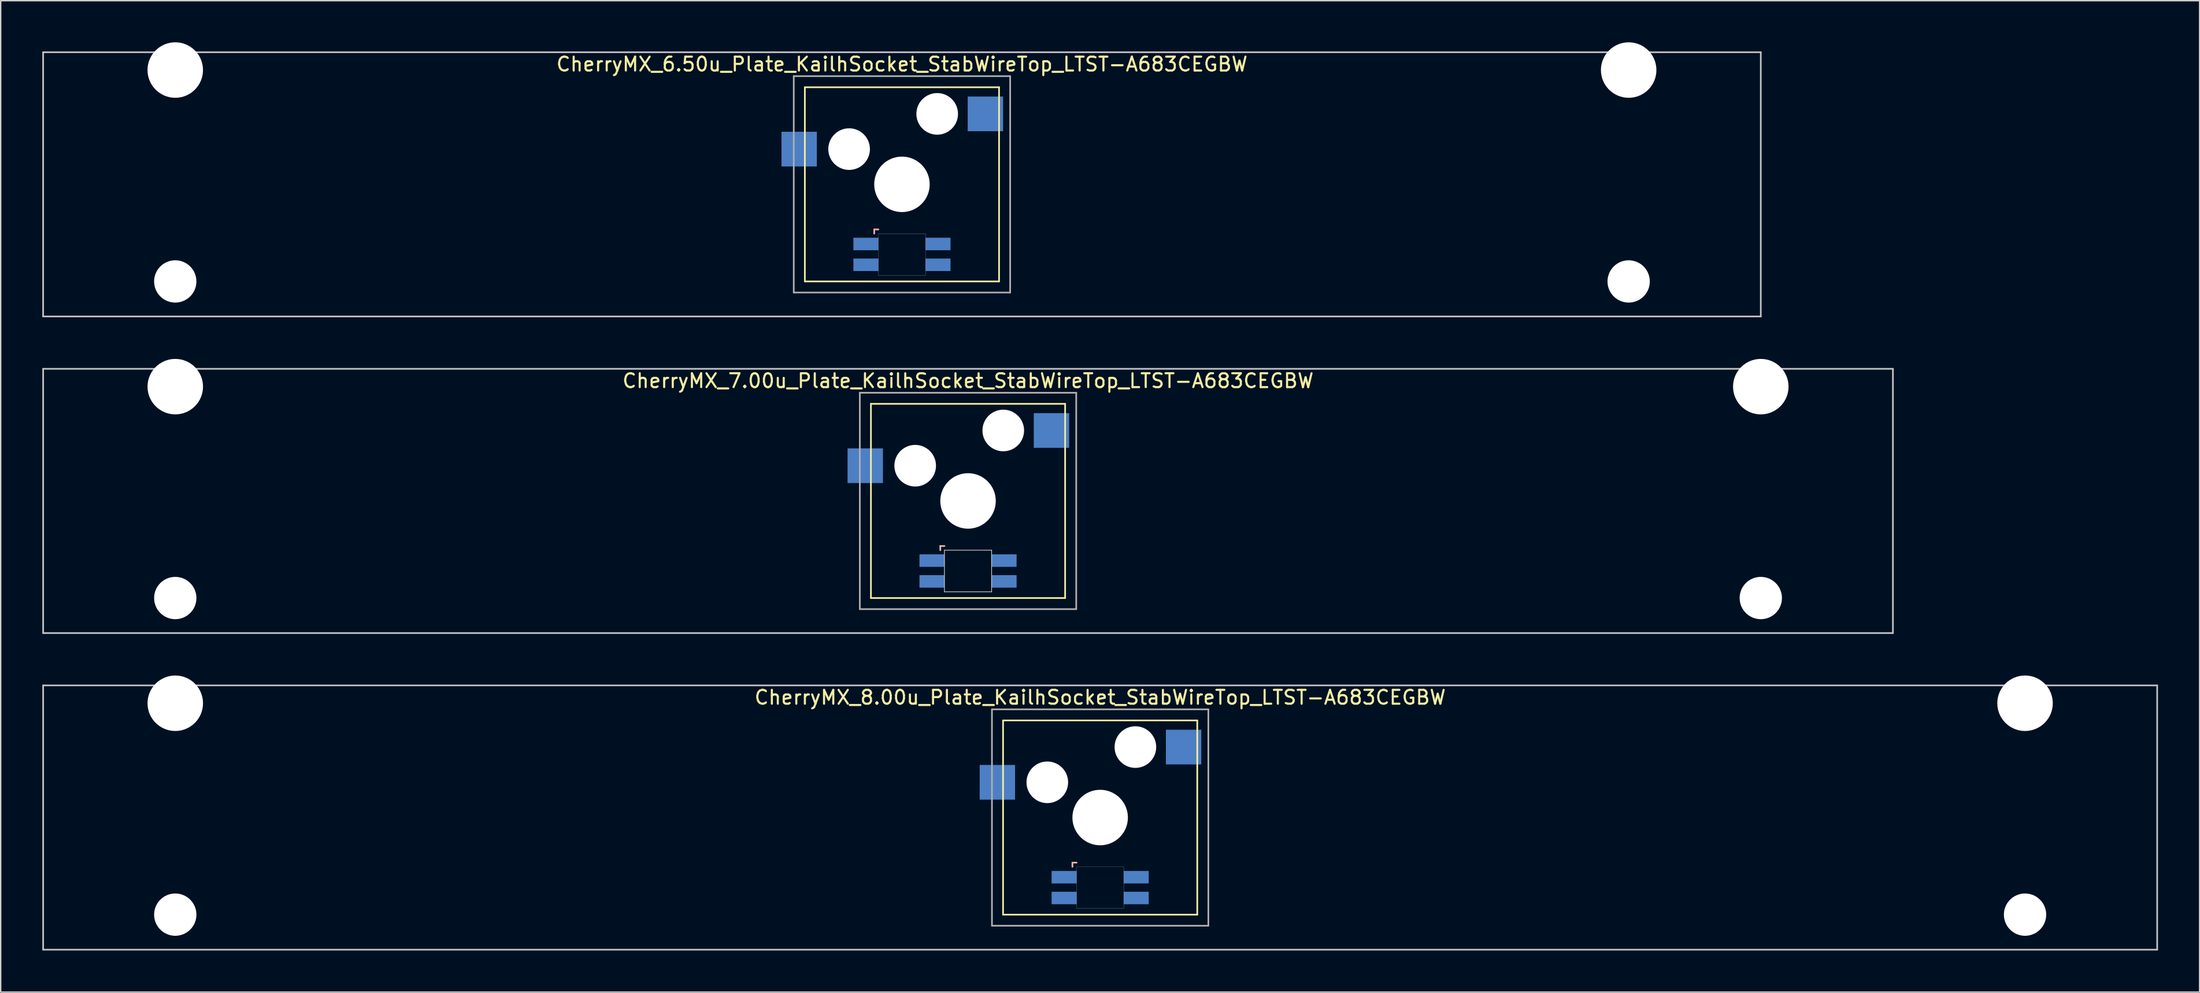
<source format=kicad_pcb>
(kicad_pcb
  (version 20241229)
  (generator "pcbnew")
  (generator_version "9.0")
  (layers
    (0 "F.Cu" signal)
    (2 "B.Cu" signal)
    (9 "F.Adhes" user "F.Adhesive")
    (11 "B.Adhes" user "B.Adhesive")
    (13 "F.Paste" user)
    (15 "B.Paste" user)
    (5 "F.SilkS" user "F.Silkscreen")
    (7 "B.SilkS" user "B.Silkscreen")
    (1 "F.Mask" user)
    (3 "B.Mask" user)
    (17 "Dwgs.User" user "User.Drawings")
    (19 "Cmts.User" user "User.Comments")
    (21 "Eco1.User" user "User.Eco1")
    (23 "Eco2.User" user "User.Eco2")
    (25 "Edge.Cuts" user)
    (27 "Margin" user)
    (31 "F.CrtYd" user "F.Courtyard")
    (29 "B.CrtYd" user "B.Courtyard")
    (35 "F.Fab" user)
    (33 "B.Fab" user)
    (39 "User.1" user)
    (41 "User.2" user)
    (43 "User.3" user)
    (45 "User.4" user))
  (footprint "CherryMX_7.00u_Plate_KailhSocket_StabWireTop_LTST-A683CEGBW"
    (layer "F.Cu")
    (at 66.735 33.065)
    (property "Reference" "CherryMX_7.00u_Plate_KailhSocket_StabWireTop_LTST-A683CEGBW" (at 0 -8.662 0) (layer "F.SilkS") (effects (font (size 1 1) (thickness 0.15))))
    (attr through_hole)
    (fp_line (start -7 -7) (end -7 7) (stroke (width 0.12) (type solid)) (layer "F.SilkS"))
    (fp_line (start -7 -7) (end 7 -7) (stroke (width 0.12) (type solid)) (layer "F.SilkS"))
    (fp_line (start 7 -7) (end 7 7) (stroke (width 0.12) (type solid)) (layer "F.SilkS"))
    (fp_line (start 7 7) (end -7 7) (stroke (width 0.12) (type solid)) (layer "F.SilkS"))
    (fp_line (start -2 3.25) (end -2 3.55) (stroke (width 0.12) (type solid)) (layer "B.SilkS"))
    (fp_line (start -1.7 3.25) (end -2 3.25) (stroke (width 0.12) (type solid)) (layer "B.SilkS"))
    (fp_line (start -66.675 -9.525) (end 66.675 -9.525) (stroke (width 0.12) (type solid)) (layer "Dwgs.User"))
    (fp_line (start -66.675 9.525) (end -66.675 -9.525) (stroke (width 0.12) (type solid)) (layer "Dwgs.User"))
    (fp_line (start 66.675 -9.525) (end 66.675 9.525) (stroke (width 0.12) (type solid)) (layer "Dwgs.User"))
    (fp_line (start 66.675 9.525) (end -66.675 9.525) (stroke (width 0.12) (type solid)) (layer "Dwgs.User"))
    (fp_line (start -1.7 3.55) (end 1.7 3.55) (stroke (width 0.05) (type solid)) (layer "Edge.Cuts"))
    (fp_line (start -1.7 6.55) (end -1.7 3.55) (stroke (width 0.05) (type solid)) (layer "Edge.Cuts"))
    (fp_line (start 1.7 3.55) (end 1.7 6.55) (stroke (width 0.05) (type solid)) (layer "Edge.Cuts"))
    (fp_line (start 1.7 6.55) (end -1.7 6.55) (stroke (width 0.05) (type solid)) (layer "Edge.Cuts"))
    (fp_line (start -7.8 -7.8) (end -7.8 7.8) (stroke (width 0.12) (type solid)) (layer "F.Fab"))
    (fp_line (start -7.8 -7.8) (end 7.8 -7.8) (stroke (width 0.12) (type solid)) (layer "F.Fab"))
    (fp_line (start -7.8 7.8) (end 7.8 7.8) (stroke (width 0.12) (type solid)) (layer "F.Fab"))
    (fp_line (start 7.8 -7.8) (end 7.8 7.8) (stroke (width 0.12) (type solid)) (layer "F.Fab"))
    (pad "" np_thru_hole circle (at -57.15 -8.24) (size 4 4) (drill 4) (layers "*.Cu" "*.Mask"))
    (pad "" np_thru_hole circle (at -57.15 7) (size 3.05 3.05) (drill 3.05) (layers "*.Cu" "*.Mask"))
    (pad "" np_thru_hole circle (at -3.81 -2.54) (size 3 3) (drill 3) (layers "*.Cu" "*.Mask"))
    (pad "" np_thru_hole circle (at 0 0) (size 4 4) (drill 4) (layers "*.Cu" "*.Mask"))
    (pad "" np_thru_hole circle (at 2.54 -5.08) (size 3 3) (drill 3) (layers "*.Cu" "*.Mask"))
    (pad "" np_thru_hole circle (at 57.15 -8.24) (size 4 4) (drill 4) (layers "*.Cu" "*.Mask"))
    (pad "" np_thru_hole circle (at 57.15 7) (size 3.05 3.05) (drill 3.05) (layers "*.Cu" "*.Mask"))
    (pad "1" smd rect (at -7.41 -2.54) (size 2.55 2.5) (layers "B.Cu" "B.Mask" "B.Paste"))
    (pad "2" smd rect (at 6.015 -5.08) (size 2.55 2.5) (layers "B.Cu" "B.Mask" "B.Paste"))
    (pad "3" smd rect (at -2.6 4.3) (size 1.8 0.9) (layers "B.Cu" "B.Mask" "B.Paste"))
    (pad "4" smd rect (at -2.6 5.8) (size 1.8 0.9) (layers "B.Cu" "B.Mask" "B.Paste"))
    (pad "5" smd rect (at 2.6 4.3) (size 1.8 0.9) (layers "B.Cu" "B.Mask" "B.Paste"))
    (pad "6" smd rect (at 2.6 5.8) (size 1.8 0.9) (layers "B.Cu" "B.Mask" "B.Paste")))
  (footprint "CherryMX_8.00u_Plate_KailhSocket_StabWireTop_LTST-A683CEGBW"
    (layer "F.Cu")
    (at 76.26 55.89)
    (property "Reference" "CherryMX_8.00u_Plate_KailhSocket_StabWireTop_LTST-A683CEGBW" (at 0 -8.662 0) (layer "F.SilkS") (effects (font (size 1 1) (thickness 0.15))))
    (attr through_hole)
    (fp_line (start -7 -7) (end -7 7) (stroke (width 0.12) (type solid)) (layer "F.SilkS"))
    (fp_line (start -7 -7) (end 7 -7) (stroke (width 0.12) (type solid)) (layer "F.SilkS"))
    (fp_line (start 7 -7) (end 7 7) (stroke (width 0.12) (type solid)) (layer "F.SilkS"))
    (fp_line (start 7 7) (end -7 7) (stroke (width 0.12) (type solid)) (layer "F.SilkS"))
    (fp_line (start -2 3.25) (end -2 3.55) (stroke (width 0.12) (type solid)) (layer "B.SilkS"))
    (fp_line (start -1.7 3.25) (end -2 3.25) (stroke (width 0.12) (type solid)) (layer "B.SilkS"))
    (fp_line (start -76.2 -9.525) (end 76.2 -9.525) (stroke (width 0.12) (type solid)) (layer "Dwgs.User"))
    (fp_line (start -76.2 9.525) (end -76.2 -9.525) (stroke (width 0.12) (type solid)) (layer "Dwgs.User"))
    (fp_line (start 76.2 -9.525) (end 76.2 9.525) (stroke (width 0.12) (type solid)) (layer "Dwgs.User"))
    (fp_line (start 76.2 9.525) (end -76.2 9.525) (stroke (width 0.12) (type solid)) (layer "Dwgs.User"))
    (fp_poly (pts (xy 1.7 6.55) (xy -1.7 6.55) (xy -1.7 3.55) (xy 1.7 3.55)) (stroke (width 0.01) (type solid)) (fill no) (layer "Edge.Cuts"))
    (fp_line (start -7.8 -7.8) (end -7.8 7.8) (stroke (width 0.12) (type solid)) (layer "F.Fab"))
    (fp_line (start -7.8 -7.8) (end 7.8 -7.8) (stroke (width 0.12) (type solid)) (layer "F.Fab"))
    (fp_line (start -7.8 7.8) (end 7.8 7.8) (stroke (width 0.12) (type solid)) (layer "F.Fab"))
    (fp_line (start 7.8 -7.8) (end 7.8 7.8) (stroke (width 0.12) (type solid)) (layer "F.Fab"))
    (pad "" np_thru_hole circle (at -66.675 -8.24) (size 4 4) (drill 4) (layers "*.Cu" "*.Mask"))
    (pad "" np_thru_hole circle (at -66.675 7) (size 3.05 3.05) (drill 3.05) (layers "*.Cu" "*.Mask"))
    (pad "" np_thru_hole circle (at -3.81 -2.54) (size 3 3) (drill 3) (layers "*.Cu" "*.Mask"))
    (pad "" np_thru_hole circle (at 0 0) (size 4 4) (drill 4) (layers "*.Cu" "*.Mask"))
    (pad "" np_thru_hole circle (at 2.54 -5.08) (size 3 3) (drill 3) (layers "*.Cu" "*.Mask"))
    (pad "" np_thru_hole circle (at 66.675 -8.24) (size 4 4) (drill 4) (layers "*.Cu" "*.Mask"))
    (pad "" np_thru_hole circle (at 66.675 7) (size 3.05 3.05) (drill 3.05) (layers "*.Cu" "*.Mask"))
    (pad "1" smd rect (at -7.41 -2.54) (size 2.55 2.5) (layers "B.Cu" "B.Mask" "B.Paste"))
    (pad "2" smd rect (at 6.015 -5.08) (size 2.55 2.5) (layers "B.Cu" "B.Mask" "B.Paste"))
    (pad "3" smd rect (at -2.6 4.3) (size 1.8 0.9) (layers "B.Cu" "B.Mask" "B.Paste"))
    (pad "4" smd rect (at -2.6 5.8) (size 1.8 0.9) (layers "B.Cu" "B.Mask" "B.Paste"))
    (pad "5" smd rect (at 2.6 4.3) (size 1.8 0.9) (layers "B.Cu" "B.Mask" "B.Paste"))
    (pad "6" smd rect (at 2.6 5.8) (size 1.8 0.9) (layers "B.Cu" "B.Mask" "B.Paste")))
  (footprint "CherryMX_6.50u_Plate_KailhSocket_StabWireTop_LTST-A683CEGBW"
    (layer "F.Cu")
    (at 61.972 10.24)
    (property "Reference" "CherryMX_6.50u_Plate_KailhSocket_StabWireTop_LTST-A683CEGBW" (at 0 -8.662 0) (layer "F.SilkS") (effects (font (size 1 1) (thickness 0.15))))
    (attr through_hole)
    (fp_line (start -7 -7) (end -7 7) (stroke (width 0.12) (type solid)) (layer "F.SilkS"))
    (fp_line (start -7 -7) (end 7 -7) (stroke (width 0.12) (type solid)) (layer "F.SilkS"))
    (fp_line (start 7 -7) (end 7 7) (stroke (width 0.12) (type solid)) (layer "F.SilkS"))
    (fp_line (start 7 7) (end -7 7) (stroke (width 0.12) (type solid)) (layer "F.SilkS"))
    (fp_line (start -2 3.25) (end -2 3.55) (stroke (width 0.12) (type solid)) (layer "B.SilkS"))
    (fp_line (start -1.7 3.25) (end -2 3.25) (stroke (width 0.12) (type solid)) (layer "B.SilkS"))
    (fp_line (start -61.913 -9.525) (end 61.913 -9.525) (stroke (width 0.12) (type solid)) (layer "Dwgs.User"))
    (fp_line (start -61.913 9.525) (end -61.913 -9.525) (stroke (width 0.12) (type solid)) (layer "Dwgs.User"))
    (fp_line (start 61.913 -9.525) (end 61.913 9.525) (stroke (width 0.12) (type solid)) (layer "Dwgs.User"))
    (fp_line (start 61.913 9.525) (end -61.913 9.525) (stroke (width 0.12) (type solid)) (layer "Dwgs.User"))
    (fp_poly (pts (xy 1.7 6.55) (xy -1.7 6.55) (xy -1.7 3.55) (xy 1.7 3.55)) (stroke (width 0.01) (type solid)) (fill no) (layer "Edge.Cuts"))
    (fp_line (start -7.8 -7.8) (end -7.8 7.8) (stroke (width 0.12) (type solid)) (layer "F.Fab"))
    (fp_line (start -7.8 -7.8) (end 7.8 -7.8) (stroke (width 0.12) (type solid)) (layer "F.Fab"))
    (fp_line (start -7.8 7.8) (end 7.8 7.8) (stroke (width 0.12) (type solid)) (layer "F.Fab"))
    (fp_line (start 7.8 -7.8) (end 7.8 7.8) (stroke (width 0.12) (type solid)) (layer "F.Fab"))
    (pad "" np_thru_hole circle (at -52.388 -8.24) (size 4 4) (drill 4) (layers "*.Cu" "*.Mask"))
    (pad "" np_thru_hole circle (at -52.388 7) (size 3.05 3.05) (drill 3.05) (layers "*.Cu" "*.Mask"))
    (pad "" np_thru_hole circle (at -3.81 -2.54) (size 3 3) (drill 3) (layers "*.Cu" "*.Mask"))
    (pad "" np_thru_hole circle (at 0 0) (size 4 4) (drill 4) (layers "*.Cu" "*.Mask"))
    (pad "" np_thru_hole circle (at 2.54 -5.08) (size 3 3) (drill 3) (layers "*.Cu" "*.Mask"))
    (pad "" np_thru_hole circle (at 52.388 -8.24) (size 4 4) (drill 4) (layers "*.Cu" "*.Mask"))
    (pad "" np_thru_hole circle (at 52.388 7) (size 3.05 3.05) (drill 3.05) (layers "*.Cu" "*.Mask"))
    (pad "1" smd rect (at -7.41 -2.54) (size 2.55 2.5) (layers "B.Cu" "B.Mask" "B.Paste"))
    (pad "2" smd rect (at 6.015 -5.08) (size 2.55 2.5) (layers "B.Cu" "B.Mask" "B.Paste"))
    (pad "3" smd rect (at -2.6 4.3) (size 1.8 0.9) (layers "B.Cu" "B.Mask" "B.Paste"))
    (pad "4" smd rect (at -2.6 5.8) (size 1.8 0.9) (layers "B.Cu" "B.Mask" "B.Paste"))
    (pad "5" smd rect (at 2.6 4.3) (size 1.8 0.9) (layers "B.Cu" "B.Mask" "B.Paste"))
    (pad "6" smd rect (at 2.6 5.8) (size 1.8 0.9) (layers "B.Cu" "B.Mask" "B.Paste")))
  (gr_rect
    (start -3 -3)
    (end 155.52 68.475)
    (stroke (width 0.1) (type default))
    (fill no)
    (layer "Edge.Cuts")))
</source>
